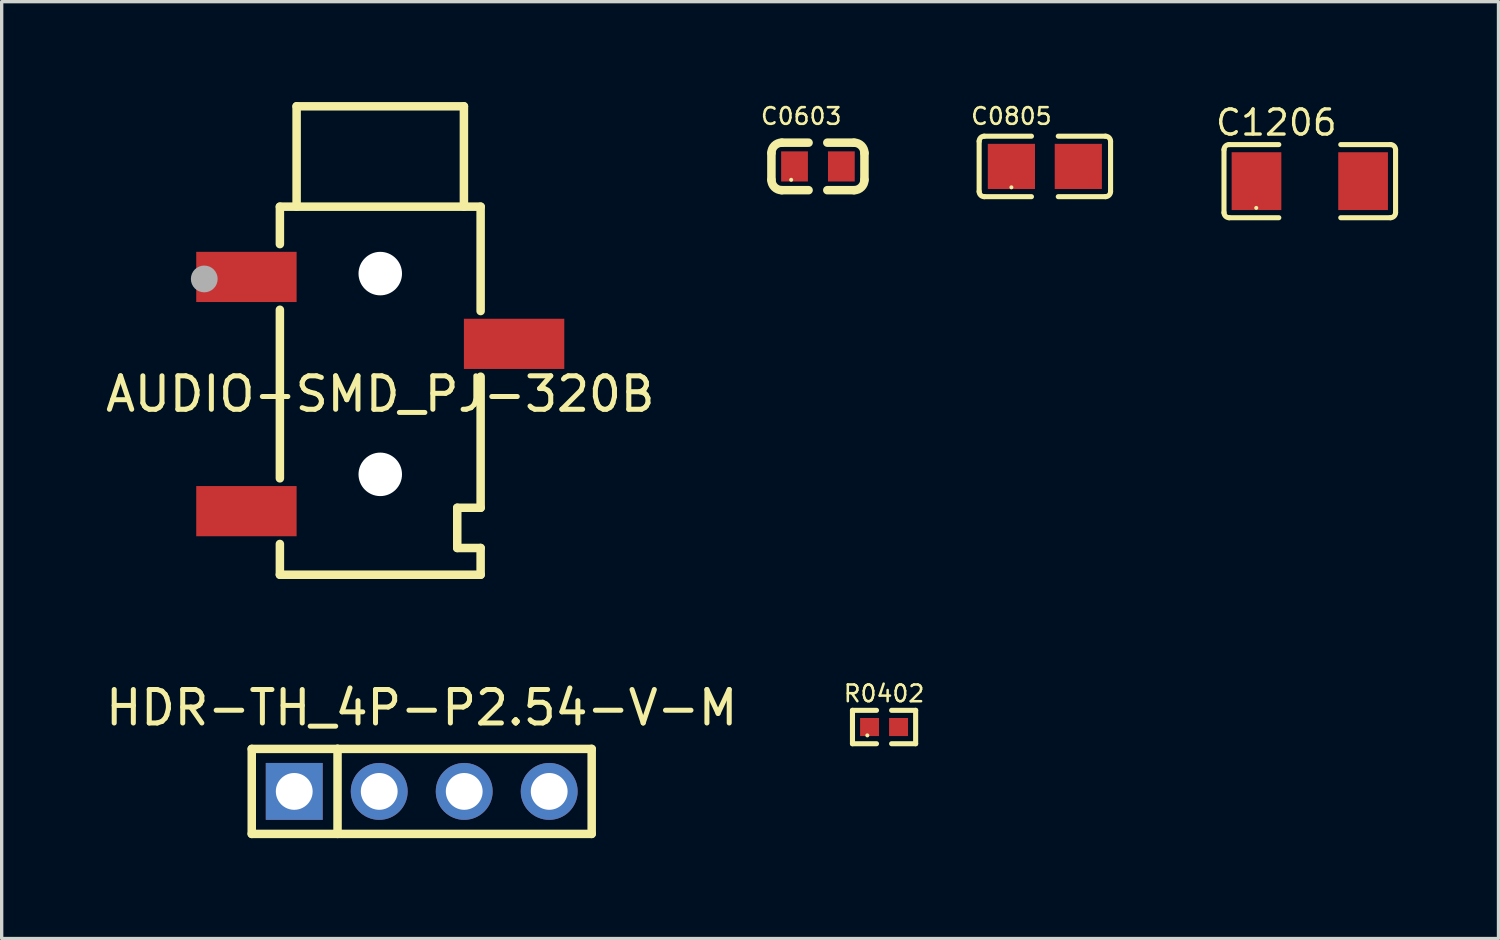
<source format=kicad_pcb>
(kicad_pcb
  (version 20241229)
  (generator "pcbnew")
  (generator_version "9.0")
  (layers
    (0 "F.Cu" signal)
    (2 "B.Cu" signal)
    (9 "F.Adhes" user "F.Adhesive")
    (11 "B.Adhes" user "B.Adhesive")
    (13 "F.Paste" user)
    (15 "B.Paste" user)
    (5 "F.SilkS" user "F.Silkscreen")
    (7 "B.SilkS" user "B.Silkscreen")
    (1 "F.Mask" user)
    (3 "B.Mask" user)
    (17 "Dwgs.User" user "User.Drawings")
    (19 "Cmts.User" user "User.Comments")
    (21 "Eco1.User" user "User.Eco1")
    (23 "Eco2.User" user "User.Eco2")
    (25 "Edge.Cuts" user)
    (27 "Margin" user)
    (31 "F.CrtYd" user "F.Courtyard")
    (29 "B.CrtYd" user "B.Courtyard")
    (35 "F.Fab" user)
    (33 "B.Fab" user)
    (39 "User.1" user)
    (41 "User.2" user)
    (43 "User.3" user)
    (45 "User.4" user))
  (footprint "C1206"
    (layer "F.Cu")
    (at 36.096 2.364)
    (property "Reference" "C1206" (at -1 -1.75 0) (layer "F.SilkS") (effects (font (size 0.75 0.75) (thickness 0.1))))
    (attr smd)
    (fp_line (start -2.564 0.94) (end -2.564 -0.94) (stroke (width 0.152) (type solid)) (layer "F.SilkS"))
    (fp_line (start -2.411 -1.093) (end -0.926 -1.093) (stroke (width 0.152) (type solid)) (layer "F.SilkS"))
    (fp_line (start -0.926 1.093) (end -2.411 1.093) (stroke (width 0.152) (type solid)) (layer "F.SilkS"))
    (fp_line (start 0.926 1.093) (end 2.411 1.093) (stroke (width 0.152) (type solid)) (layer "F.SilkS"))
    (fp_line (start 2.411 -1.093) (end 0.926 -1.093) (stroke (width 0.152) (type solid)) (layer "F.SilkS"))
    (fp_line (start 2.564 0.94) (end 2.564 -0.94) (stroke (width 0.152) (type solid)) (layer "F.SilkS"))
    (fp_arc (start -2.563602 -0.940208) (mid -2.518965 -1.047972) (end -2.411201 -1.092609) (stroke (width 0.1524) (type solid)) (layer "F.SilkS"))
    (fp_arc (start -2.411201 1.092609) (mid -2.518965 1.047972) (end -2.563602 0.940208) (stroke (width 0.1524) (type solid)) (layer "F.SilkS"))
    (fp_arc (start 2.411201 -1.092609) (mid 2.518965 -1.047972) (end 2.563602 -0.940208) (stroke (width 0.1524) (type solid)) (layer "F.SilkS"))
    (fp_arc (start 2.563602 0.940208) (mid 2.518965 1.047972) (end 2.411201 1.092609) (stroke (width 0.1524) (type solid)) (layer "F.SilkS"))
    (fp_circle (center -1.6 0.8) (end -1.57 0.8) (stroke (width 0.06) (type solid)) (fill no) (layer "F.SilkS"))
    (pad "1" smd rect (at -1.593 0) (size 1.485 1.728) (layers "F.Cu" "F.Mask" "F.Paste"))
    (pad "2" smd rect (at 1.593 0) (size 1.485 1.728) (layers "F.Cu" "F.Mask" "F.Paste")))
  (footprint "C0805"
    (layer "F.Cu")
    (at 28.178 1.924)
    (property "Reference" "C0805" (at -1 -1.5 0) (layer "F.SilkS") (effects (font (size 0.5 0.5) (thickness 0.075))))
    (attr smd)
    (fp_line (start -1.964 0.751) (end -1.964 -0.751) (stroke (width 0.152) (type solid)) (layer "F.SilkS"))
    (fp_line (start -1.811 -0.904) (end -0.401 -0.904) (stroke (width 0.152) (type solid)) (layer "F.SilkS"))
    (fp_line (start -0.401 0.904) (end -1.811 0.904) (stroke (width 0.152) (type solid)) (layer "F.SilkS"))
    (fp_line (start 0.401 0.904) (end 1.811 0.904) (stroke (width 0.152) (type solid)) (layer "F.SilkS"))
    (fp_line (start 1.811 -0.904) (end 0.401 -0.904) (stroke (width 0.152) (type solid)) (layer "F.SilkS"))
    (fp_line (start 1.964 0.751) (end 1.964 -0.751) (stroke (width 0.152) (type solid)) (layer "F.SilkS"))
    (fp_arc (start -1.963602 -0.751207) (mid -1.918965 -0.858971) (end -1.811201 -0.903608) (stroke (width 0.1524) (type solid)) (layer "F.SilkS"))
    (fp_arc (start -1.811201 0.903607) (mid -1.918964 0.85897) (end -1.963601 0.751207) (stroke (width 0.1524) (type solid)) (layer "F.SilkS"))
    (fp_arc (start 1.811201 -0.903607) (mid 1.918964 -0.85897) (end 1.963601 -0.751207) (stroke (width 0.1524) (type solid)) (layer "F.SilkS"))
    (fp_arc (start 1.963602 0.751207) (mid 1.918965 0.858971) (end 1.811201 0.903608) (stroke (width 0.1524) (type solid)) (layer "F.SilkS"))
    (fp_circle (center -1 0.625) (end -0.97 0.625) (stroke (width 0.06) (type solid)) (fill no) (layer "F.SilkS"))
    (pad "1" smd rect (at -1 0) (size 1.41 1.35) (layers "F.Cu" "F.Mask" "F.Paste"))
    (pad "2" smd rect (at 1 0) (size 1.41 1.35) (layers "F.Cu" "F.Mask" "F.Paste")))
  (footprint "R0402"
    (layer "F.Cu")
    (at 23.372 18.679)
    (property "Reference" "R0402" (at 0 -1 0) (layer "F.SilkS") (effects (font (size 0.5 0.5) (thickness 0.075))))
    (attr smd)
    (fp_line (start -0.944 -0.499) (end -0.226 -0.499) (stroke (width 0.152) (type solid)) (layer "F.SilkS"))
    (fp_line (start -0.944 0.499) (end -0.944 -0.499) (stroke (width 0.152) (type solid)) (layer "F.SilkS"))
    (fp_line (start -0.226 0.499) (end -0.944 0.499) (stroke (width 0.152) (type solid)) (layer "F.SilkS"))
    (fp_line (start 0.226 0.499) (end 0.944 0.499) (stroke (width 0.152) (type solid)) (layer "F.SilkS"))
    (fp_line (start 0.944 -0.499) (end 0.226 -0.499) (stroke (width 0.152) (type solid)) (layer "F.SilkS"))
    (fp_line (start 0.944 0.499) (end 0.944 -0.499) (stroke (width 0.152) (type solid)) (layer "F.SilkS"))
    (fp_circle (center -0.5 0.25) (end -0.47 0.25) (stroke (width 0.06) (type solid)) (fill no) (layer "F.SilkS"))
    (pad "1" smd rect (at -0.433 0) (size 0.566 0.54) (layers "F.Cu" "F.Mask" "F.Paste"))
    (pad "2" smd rect (at 0.433 0) (size 0.566 0.54) (layers "F.Cu" "F.Mask" "F.Paste")))
  (footprint "C0603"
    (layer "F.Cu")
    (at 21.396 1.924)
    (property "Reference" "C0603" (at -0.5 -1.5 0) (layer "F.SilkS") (effects (font (size 0.5 0.5) (thickness 0.075))))
    (attr smd)
    (fp_line (start -1.39 0.4) (end -1.39 -0.4) (stroke (width 0.254) (type solid)) (layer "F.SilkS"))
    (fp_line (start -0.28 -0.71) (end -1.08 -0.71) (stroke (width 0.254) (type solid)) (layer "F.SilkS"))
    (fp_line (start -0.28 0.71) (end -1.08 0.71) (stroke (width 0.254) (type solid)) (layer "F.SilkS"))
    (fp_line (start 0.28 -0.71) (end 1.08 -0.71) (stroke (width 0.254) (type solid)) (layer "F.SilkS"))
    (fp_line (start 0.28 0.71) (end 1.08 0.71) (stroke (width 0.254) (type solid)) (layer "F.SilkS"))
    (fp_line (start 1.39 -0.4) (end 1.39 0.4) (stroke (width 0.254) (type solid)) (layer "F.SilkS"))
    (fp_arc (start -1.389916 -0.400229) (mid -1.299195 -0.619335) (end -1.080111 -0.710109) (stroke (width 0.254001) (type solid)) (layer "F.SilkS"))
    (fp_arc (start -1.080112 0.709576) (mid -1.299178 0.618819) (end -1.389916 0.399745) (stroke (width 0.254001) (type solid)) (layer "F.SilkS"))
    (fp_arc (start 1.080188 -0.709627) (mid 1.29928 -0.618871) (end 1.390018 -0.399772) (stroke (width 0.254001) (type solid)) (layer "F.SilkS"))
    (fp_arc (start 1.390018 0.400203) (mid 1.299271 0.619286) (end 1.080188 0.710033) (stroke (width 0.254001) (type solid)) (layer "F.SilkS"))
    (fp_circle (center -0.8 0.4) (end -0.77 0.4) (stroke (width 0.06) (type solid)) (fill no) (layer "F.SilkS"))
    (pad "1" smd rect (at -0.7 0) (size 0.8 0.9) (layers "F.Cu" "F.Mask" "F.Paste"))
    (pad "2" smd rect (at 0.7 0) (size 0.8 0.9) (layers "F.Cu" "F.Mask" "F.Paste")))
  (footprint "HDR-TH_4P-P2.54-V-M"
    (layer "F.Cu")
    (at 9.554 20.603)
    (property "Reference" "HDR-TH_4P-P2.54-V-M" (at 0 -2.5 0) (layer "F.SilkS") (effects (font (size 1 1) (thickness 0.15))))
    (attr through_hole)
    (fp_line (start -5.08 -1.27) (end -2.516 -1.27) (stroke (width 0.254) (type solid)) (layer "F.SilkS"))
    (fp_line (start -5.08 1.27) (end -5.08 -1.27) (stroke (width 0.254) (type solid)) (layer "F.SilkS"))
    (fp_line (start -2.516 -1.27) (end -2.516 1.27) (stroke (width 0.254) (type solid)) (layer "F.SilkS"))
    (fp_line (start -2.516 -1.27) (end 5.08 -1.27) (stroke (width 0.254) (type solid)) (layer "F.SilkS"))
    (fp_line (start 5.08 -1.27) (end 5.08 1.27) (stroke (width 0.254) (type solid)) (layer "F.SilkS"))
    (fp_line (start 5.08 1.27) (end -5.08 1.27) (stroke (width 0.254) (type solid)) (layer "F.SilkS"))
    (fp_circle (center -5.08 1.25) (end -5.05 1.25) (stroke (width 0.06) (type solid)) (fill no) (layer "F.SilkS"))
    (pad "1" thru_hole rect (at -3.81 0) (size 1.7 1.7) (drill 1.1) (layers "*.Cu" "*.Mask"))
    (pad "2" thru_hole circle (at -1.27 0) (size 1.7 1.7) (drill 1.1) (layers "*.Cu" "*.Mask"))
    (pad "3" thru_hole circle (at 1.27 0) (size 1.7 1.7) (drill 1.1) (layers "*.Cu" "*.Mask"))
    (pad "4" thru_hole circle (at 3.81 0) (size 1.7 1.7) (drill 1.1) (layers "*.Cu" "*.Mask")))
  (footprint "AUDIO-SMD_PJ-320B"
    (layer "F.Cu")
    (at 8.315 8.727)
    (property "Reference" "AUDIO-SMD_PJ-320B" (at 0 0 0) (layer "F.SilkS") (effects (font (size 1 1) (thickness 0.15))))
    (attr smd)
    (fp_line (start -3 -5.6) (end -3 -4.481) (stroke (width 0.254) (type solid)) (layer "F.SilkS"))
    (fp_line (start -3 -5.6) (end 3 -5.6) (stroke (width 0.254) (type solid)) (layer "F.SilkS"))
    (fp_line (start -3 -2.519) (end -3 2.519) (stroke (width 0.254) (type solid)) (layer "F.SilkS"))
    (fp_line (start -3 4.481) (end -3 5.4) (stroke (width 0.254) (type solid)) (layer "F.SilkS"))
    (fp_line (start -2.5 -8.6) (end 2.5 -8.6) (stroke (width 0.254) (type solid)) (layer "F.SilkS"))
    (fp_line (start -2.5 -5.6) (end -2.5 -8.6) (stroke (width 0.254) (type solid)) (layer "F.SilkS"))
    (fp_line (start 2.301 3.399) (end 2.301 4.601) (stroke (width 0.254) (type solid)) (layer "F.SilkS"))
    (fp_line (start 2.301 4.601) (end 3 4.601) (stroke (width 0.254) (type solid)) (layer "F.SilkS"))
    (fp_line (start 2.5 -5.6) (end 2.5 -8.6) (stroke (width 0.254) (type solid)) (layer "F.SilkS"))
    (fp_line (start 3 3.399) (end 2.301 3.399) (stroke (width 0.254) (type solid)) (layer "F.SilkS"))
    (fp_line (start 3 4.601) (end 3 5.401) (stroke (width 0.254) (type solid)) (layer "F.SilkS"))
    (fp_line (start 3 -5.6) (end 3 -2.481) (stroke (width 0.254) (type solid)) (layer "F.SilkS"))
    (fp_line (start 3 -0.519) (end 3 3.399) (stroke (width 0.254) (type solid)) (layer "F.SilkS"))
    (fp_line (start 3 5.4) (end -3 5.4) (stroke (width 0.254) (type solid)) (layer "F.SilkS"))
    (fp_circle (center -5.26 -3.44) (end -5.06 -3.44) (stroke (width 0.4) (type solid)) (fill no) (layer "F.Fab"))
    (fp_circle (center 0 -3.6) (end 0.175 -3.6) (stroke (width 0.35) (type solid)) (fill no) (layer "F.Fab"))
    (fp_circle (center 0 2.4) (end 0.175 2.4) (stroke (width 0.35) (type solid)) (fill no) (layer "F.Fab"))
    (pad "" np_thru_hole circle (at 0 -3.6) (size 1.3 1.3) (drill 1.3) (layers "*.Cu" "*.Mask"))
    (pad "" np_thru_hole circle (at 0 2.4) (size 1.3 1.3) (drill 1.3) (layers "*.Cu" "*.Mask"))
    (pad "1" smd rect (at -4 -3.5) (size 3 1.5) (layers "F.Cu" "F.Mask" "F.Paste"))
    (pad "2" smd rect (at 4 -1.5) (size 3 1.5) (layers "F.Cu" "F.Mask" "F.Paste"))
    (pad "3" smd rect (at -4 3.5) (size 3 1.5) (layers "F.Cu" "F.Mask" "F.Paste")))
  (gr_rect
    (start -3 -3)
    (end 41.736 25)
    (stroke (width 0.1) (type default))
    (fill no)
    (layer "Edge.Cuts")))
</source>
